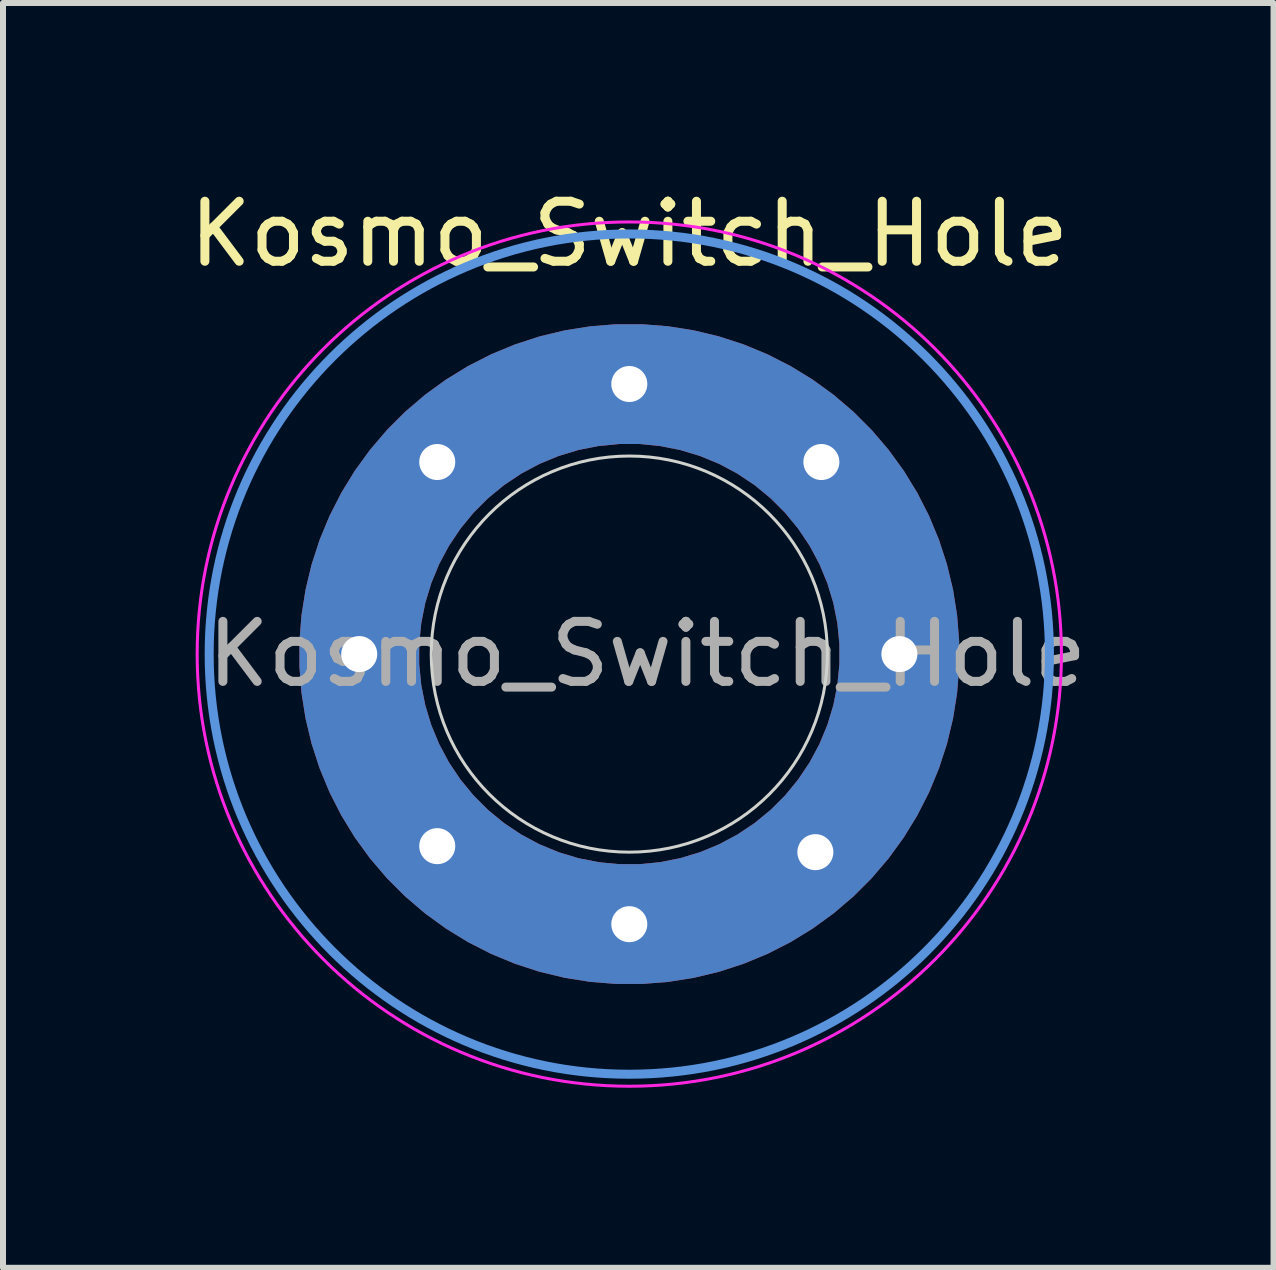
<source format=kicad_pcb>
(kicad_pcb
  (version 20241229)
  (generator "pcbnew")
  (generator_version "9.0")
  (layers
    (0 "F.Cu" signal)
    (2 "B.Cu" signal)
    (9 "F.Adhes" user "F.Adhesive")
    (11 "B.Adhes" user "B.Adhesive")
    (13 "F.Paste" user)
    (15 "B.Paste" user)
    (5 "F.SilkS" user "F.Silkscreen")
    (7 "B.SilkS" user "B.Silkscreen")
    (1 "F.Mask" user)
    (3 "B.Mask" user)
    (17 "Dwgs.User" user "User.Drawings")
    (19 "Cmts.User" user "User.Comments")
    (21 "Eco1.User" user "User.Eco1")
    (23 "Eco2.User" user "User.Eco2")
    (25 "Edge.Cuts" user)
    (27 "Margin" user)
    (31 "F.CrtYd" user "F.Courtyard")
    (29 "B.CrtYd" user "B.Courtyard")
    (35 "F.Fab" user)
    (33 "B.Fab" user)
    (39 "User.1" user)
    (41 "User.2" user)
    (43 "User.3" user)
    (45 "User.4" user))
  (footprint "Kosmo_Switch_Hole"
    (layer "F.Cu")
    (at 7.435 7.848)
    (property "Reference" "Kosmo_Switch_Hole" (at 0 -7 0) (layer "F.SilkS") (effects (font (size 1 1) (thickness 0.15))))
    (attr exclude_from_pos_files exclude_from_bom)
    (fp_circle (center 0 0) (end 7 0) (stroke (width 0.15) (type solid)) (fill no) (layer "Cmts.User"))
    (fp_circle (center 0 0) (end 3.3 0) (stroke (width 0.05) (type solid)) (fill no) (layer "Edge.Cuts"))
    (fp_circle (center 0 0) (end 7.2 0) (stroke (width 0.05) (type solid)) (fill no) (layer "F.CrtYd"))
    (fp_text user "${REFERENCE}" (at 0.3 0 0) (layer "F.Fab") (effects (font (size 1 1) (thickness 0.15))))
    (pad "1" smd custom (at -4.5 0) (size 0.5 0.5) (layers "F.Cu" "F.Mask" "F.Paste") (options (anchor circle)) (primitives (gr_circle (center 4.5 0) (end 9 0) (width 2) (fill no))))
    (pad "1" smd custom (at -4.5 0) (size 0.5 0.5) (layers "B.Cu" "B.Mask" "B.Paste") (options (anchor circle)) (primitives (gr_circle (center 4.5 0) (end 9 0) (width 2) (fill no))))
    (pad "1" thru_hole circle (at -4.5 0) (size 0.8 0.8) (drill 0.6) (layers "*.Cu" "*.Mask"))
    (pad "1" thru_hole circle (at -3.2 -3.2) (size 0.8 0.8) (drill 0.6) (layers "*.Cu" "*.Mask"))
    (pad "1" thru_hole circle (at -3.2 3.2) (size 0.8 0.8) (drill 0.6) (layers "*.Cu" "*.Mask"))
    (pad "1" thru_hole circle (at 0 -4.5) (size 0.8 0.8) (drill 0.6) (layers "*.Cu" "*.Mask"))
    (pad "1" thru_hole circle (at 0 4.5) (size 0.8 0.8) (drill 0.6) (layers "*.Cu" "*.Mask"))
    (pad "1" thru_hole circle (at 3.1 3.3) (size 0.8 0.8) (drill 0.6) (layers "*.Cu" "*.Mask"))
    (pad "1" thru_hole circle (at 3.2 -3.2) (size 0.8 0.8) (drill 0.6) (layers "*.Cu" "*.Mask"))
    (pad "1" thru_hole circle (at 4.5 0) (size 0.8 0.8) (drill 0.6) (layers "*.Cu" "*.Mask")))
  (gr_rect
    (start -3 -3)
    (end 18.169 18.073)
    (stroke (width 0.1) (type default))
    (fill no)
    (layer "Edge.Cuts")))
</source>
